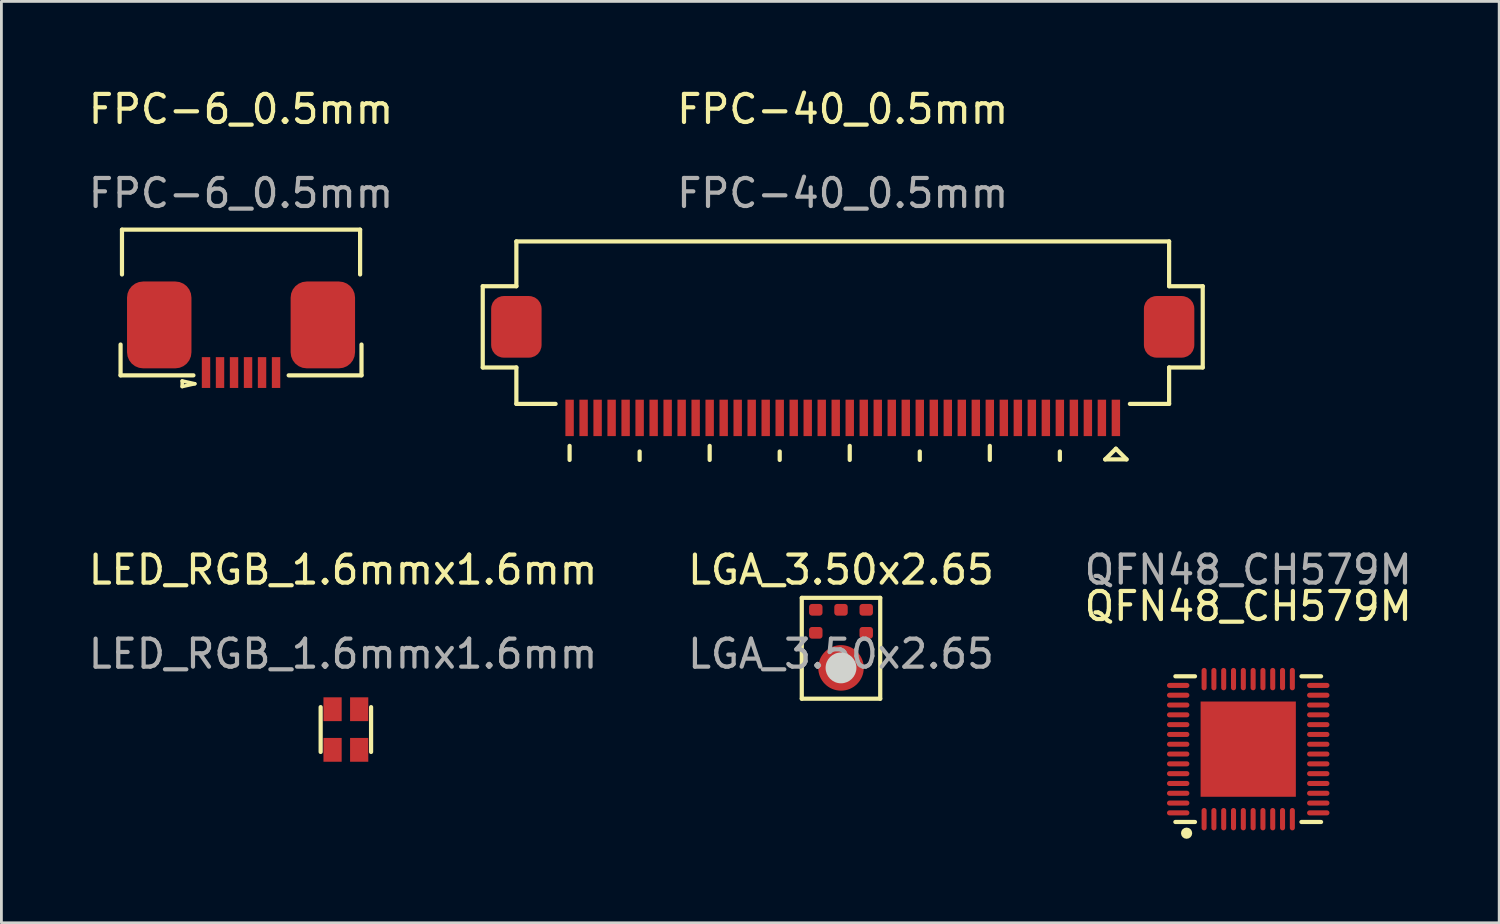
<source format=kicad_pcb>
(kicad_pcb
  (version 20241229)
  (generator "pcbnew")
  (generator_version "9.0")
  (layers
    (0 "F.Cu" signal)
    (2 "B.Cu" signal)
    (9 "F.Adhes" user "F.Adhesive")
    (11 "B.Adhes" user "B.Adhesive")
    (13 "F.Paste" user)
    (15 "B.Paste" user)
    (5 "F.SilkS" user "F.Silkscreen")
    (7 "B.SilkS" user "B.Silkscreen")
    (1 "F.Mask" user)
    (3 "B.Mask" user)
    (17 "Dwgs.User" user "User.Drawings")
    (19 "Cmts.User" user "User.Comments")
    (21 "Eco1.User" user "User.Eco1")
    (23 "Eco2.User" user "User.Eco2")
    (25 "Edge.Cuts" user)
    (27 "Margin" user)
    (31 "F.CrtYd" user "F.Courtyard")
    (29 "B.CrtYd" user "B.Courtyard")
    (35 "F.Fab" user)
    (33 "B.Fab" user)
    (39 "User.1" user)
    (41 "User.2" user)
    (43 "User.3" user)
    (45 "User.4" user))
  (footprint "LGA_3.50x2.65"
    (layer "F.Cu")
    (at 26.97 20.791)
    (property "Reference" "LGA_3.50x2.65" (at 0 -3.5 0) (unlocked yes) (layer "F.SilkS") (effects (font (size 1 1) (thickness 0.15))))
    (attr smd)
    (fp_line (start -1.4 -2.5) (end -1.4 1.1) (stroke (width 0.15) (type solid)) (layer "F.SilkS"))
    (fp_line (start -1.4 1.1) (end 1.4 1.1) (stroke (width 0.15) (type solid)) (layer "F.SilkS"))
    (fp_line (start 1.4 -2.5) (end -1.4 -2.5) (stroke (width 0.15) (type solid)) (layer "F.SilkS"))
    (fp_line (start 1.4 1.1) (end 1.4 -2.5) (stroke (width 0.15) (type solid)) (layer "F.SilkS"))
    (fp_circle (center 0 0) (end 0.5 0) (stroke (width 0.1) (type solid)) (fill yes) (layer "Edge.Cuts"))
    (fp_text user "${REFERENCE}" (at 0 -0.5 0) (unlocked yes) (layer "F.Fab") (effects (font (size 1 1) (thickness 0.15))))
    (pad "1" smd roundrect (at 0.9 -2.074) (size 0.48 0.418) (layers "F.Cu" "F.Mask" "F.Paste") (roundrect_rratio 0.25))
    (pad "2" smd roundrect (at 0.9 -1.252) (size 0.48 0.418) (layers "F.Cu" "F.Mask" "F.Paste") (roundrect_rratio 0.25))
    (pad "3" smd circle (at 0 0) (size 1.625 1.625) (layers "F.Cu" "F.Mask" "F.Paste"))
    (pad "4" smd roundrect (at -0.9 -1.252) (size 0.48 0.418) (layers "F.Cu" "F.Mask" "F.Paste") (roundrect_rratio 0.25))
    (pad "5" smd roundrect (at -0.9 -2.074) (size 0.48 0.418) (layers "F.Cu" "F.Mask" "F.Paste") (roundrect_rratio 0.25))
    (pad "6" smd roundrect (at 0 -2.074) (size 0.48 0.418) (layers "F.Cu" "F.Mask" "F.Paste") (roundrect_rratio 0.25))
    (zone (net_name "") (layer "F.Mask") (hatch edge 0.508) (connect_pads) (min_thickness 0.254) (filled_areas_thickness no) (keepout (tracks not_allowed) (vias not_allowed) (pads not_allowed) (copperpour not_allowed) (footprints not_allowed)) (placement (enabled no)) (fill) (polygon (pts (xy 27.27 21.09) (xy 26.67 21.09) (xy 26.67 20.491) (xy 27.27 20.491))))
    (zone (net_name "") (layer "F.Mask") (hatch edge 0.508) (connect_pads) (min_thickness 0.254) (filled_areas_thickness no) (fill) (polygon (pts (xy 27.51 20.791) (xy 27.491 20.651) (xy 27.438 20.521) (xy 27.352 20.409) (xy 27.24 20.323) (xy 27.11 20.269) (xy 26.97 20.251) (xy 26.831 20.269) (xy 26.7 20.323) (xy 26.589 20.409) (xy 26.503 20.521) (xy 26.449 20.651) (xy 26.431 20.791) (xy 26.449 20.93) (xy 26.503 21.06) (xy 26.589 21.172) (xy 26.7 21.258) (xy 26.831 21.312) (xy 26.97 21.33) (xy 27.11 21.312) (xy 27.24 21.258) (xy 27.352 21.172) (xy 27.438 21.06) (xy 27.491 20.93))))
    (zone (net_name "") (layer "F.Mask") (hatch full 0.508) (connect_pads) (min_thickness 0.254) (filled_areas_thickness no) (fill) (polygon (pts (xy 27.51 20.791) (xy 27.491 20.651) (xy 27.438 20.521) (xy 27.352 20.409) (xy 27.24 20.323) (xy 27.11 20.269) (xy 26.97 20.251) (xy 26.831 20.269) (xy 26.7 20.323) (xy 26.589 20.409) (xy 26.503 20.521) (xy 26.449 20.651) (xy 26.431 20.791) (xy 26.449 20.93) (xy 26.503 21.06) (xy 26.589 21.172) (xy 26.7 21.258) (xy 26.831 21.312) (xy 26.97 21.33) (xy 27.11 21.312) (xy 27.24 21.258) (xy 27.352 21.172) (xy 27.438 21.06) (xy 27.491 20.93)))))
  (footprint "FPC-6_0.5mm"
    (layer "F.Cu")
    (at 5.554 1.348)
    (property "Reference" "FPC-6_0.5mm" (at 0 -0.5 0) (unlocked yes) (layer "F.SilkS") (effects (font (size 1 1) (thickness 0.15))))
    (attr smd)
    (fp_line (start -4.3 9) (end -4.3 7.9) (stroke (width 0.15) (type solid)) (layer "F.SilkS"))
    (fp_line (start -4.3 9) (end -1.7 9) (stroke (width 0.15) (type solid)) (layer "F.SilkS"))
    (fp_line (start -4.25 3.8) (end 4.25 3.8) (stroke (width 0.15) (type solid)) (layer "F.SilkS"))
    (fp_line (start -4.25 5.4) (end -4.25 3.8) (stroke (width 0.15) (type solid)) (layer "F.SilkS"))
    (fp_line (start -2.1 9.2) (end -1.65 9.3) (stroke (width 0.127) (type solid)) (layer "F.SilkS"))
    (fp_line (start -2.1 9.4) (end -2.1 9.2) (stroke (width 0.127) (type solid)) (layer "F.SilkS"))
    (fp_line (start -2.1 9.4) (end -1.65 9.3) (stroke (width 0.127) (type solid)) (layer "F.SilkS"))
    (fp_line (start 1.7 9) (end 4.3 9) (stroke (width 0.15) (type solid)) (layer "F.SilkS"))
    (fp_line (start 4.25 5.4) (end 4.25 3.8) (stroke (width 0.15) (type solid)) (layer "F.SilkS"))
    (fp_line (start 4.3 9) (end 4.3 7.9) (stroke (width 0.15) (type solid)) (layer "F.SilkS"))
    (fp_text user "${REFERENCE}" (at 0 2.5 0) (unlocked yes) (layer "F.Fab") (effects (font (size 1 1) (thickness 0.15))))
    (pad "1" smd rect (at -1.25 8.9 90) (size 1.1 0.3) (layers "F.Cu" "F.Mask" "F.Paste"))
    (pad "2" smd rect (at -0.75 8.9 90) (size 1.1 0.3) (layers "F.Cu" "F.Mask" "F.Paste"))
    (pad "3" smd rect (at -0.25 8.9 90) (size 1.1 0.3) (layers "F.Cu" "F.Mask" "F.Paste"))
    (pad "4" smd rect (at 0.25 8.9 90) (size 1.1 0.3) (layers "F.Cu" "F.Mask" "F.Paste"))
    (pad "5" smd rect (at 0.75 8.9 90) (size 1.1 0.3) (layers "F.Cu" "F.Mask" "F.Paste"))
    (pad "6" smd rect (at 1.25 8.9 90) (size 1.1 0.3) (layers "F.Cu" "F.Mask" "F.Paste"))
    (pad "7" smd roundrect (at -2.92 7.2) (size 2.3 3.1) (layers "F.Cu" "F.Mask" "F.Paste") (roundrect_rratio 0.25))
    (pad "8" smd roundrect (at 2.92 7.2) (size 2.3 3.1) (layers "F.Cu" "F.Mask" "F.Paste") (roundrect_rratio 0.25)))
  (footprint "LED_RGB_1.6mmx1.6mm"
    (layer "F.Cu")
    (at 9.196 17.791)
    (property "Reference" "LED_RGB_1.6mmx1.6mm" (at 0 -0.5 0) (unlocked yes) (layer "F.SilkS") (effects (font (size 1 1) (thickness 0.15))))
    (attr smd)
    (fp_line (start -0.8 6) (end -0.8 4.4) (stroke (width 0.15) (type solid)) (layer "F.SilkS"))
    (fp_line (start 1 6) (end 1 4.4) (stroke (width 0.15) (type solid)) (layer "F.SilkS"))
    (fp_text user "${REFERENCE}" (at 0 2.5 0) (unlocked yes) (layer "F.Fab") (effects (font (size 1 1) (thickness 0.15))))
    (pad "1" smd rect (at -0.375 4.475) (size 0.65 0.85) (layers "F.Cu" "F.Mask" "F.Paste"))
    (pad "2" smd rect (at 0.575 4.475) (size 0.65 0.85) (layers "F.Cu" "F.Mask" "F.Paste"))
    (pad "3" smd rect (at 0.575 5.925) (size 0.65 0.85) (layers "F.Cu" "F.Mask" "F.Paste"))
    (pad "4" smd rect (at -0.375 5.925) (size 0.65 0.85) (layers "F.Cu" "F.Mask" "F.Paste")))
  (footprint "FPC-40_0.5mm"
    (layer "F.Cu")
    (at 27.032 1.348)
    (property "Reference" "FPC-40_0.5mm" (at 0 -0.5 0) (unlocked yes) (layer "F.SilkS") (effects (font (size 1 1) (thickness 0.15))))
    (attr smd)
    (fp_line (start -12.85 5.819) (end -11.65 5.819) (stroke (width 0.15) (type solid)) (layer "F.SilkS"))
    (fp_line (start -12.85 8.719) (end -12.85 5.819) (stroke (width 0.15) (type solid)) (layer "F.SilkS"))
    (fp_line (start -12.85 8.719) (end -11.65 8.719) (stroke (width 0.15) (type solid)) (layer "F.SilkS"))
    (fp_line (start -11.65 4.219) (end 11.65 4.219) (stroke (width 0.15) (type solid)) (layer "F.SilkS"))
    (fp_line (start -11.65 5.819) (end -11.65 4.219) (stroke (width 0.15) (type solid)) (layer "F.SilkS"))
    (fp_line (start -11.65 10.019) (end -11.65 8.719) (stroke (width 0.15) (type solid)) (layer "F.SilkS"))
    (fp_line (start -11.65 10.019) (end -10.25 10.019) (stroke (width 0.15) (type solid)) (layer "F.SilkS"))
    (fp_line (start -9.75 12.019) (end -9.75 11.519) (stroke (width 0.15) (type solid)) (layer "F.SilkS"))
    (fp_line (start -7.25 12.019) (end -7.25 11.719) (stroke (width 0.15) (type solid)) (layer "F.SilkS"))
    (fp_line (start -4.75 12.019) (end -4.75 11.519) (stroke (width 0.15) (type solid)) (layer "F.SilkS"))
    (fp_line (start -2.25 12.019) (end -2.25 11.719) (stroke (width 0.15) (type solid)) (layer "F.SilkS"))
    (fp_line (start 0.25 12.019) (end 0.25 11.519) (stroke (width 0.15) (type solid)) (layer "F.SilkS"))
    (fp_line (start 2.75 12.019) (end 2.75 11.719) (stroke (width 0.15) (type solid)) (layer "F.SilkS"))
    (fp_line (start 5.25 12.019) (end 5.25 11.519) (stroke (width 0.15) (type solid)) (layer "F.SilkS"))
    (fp_line (start 7.75 12.019) (end 7.75 11.719) (stroke (width 0.15) (type solid)) (layer "F.SilkS"))
    (fp_line (start 9.369 12) (end 9.75 11.619) (stroke (width 0.15) (type solid)) (layer "F.SilkS"))
    (fp_line (start 9.369 12) (end 10.131 12) (stroke (width 0.15) (type solid)) (layer "F.SilkS"))
    (fp_line (start 9.75 11.619) (end 10.131 12) (stroke (width 0.15) (type solid)) (layer "F.SilkS"))
    (fp_line (start 10.25 10.019) (end 11.65 10.019) (stroke (width 0.15) (type solid)) (layer "F.SilkS"))
    (fp_line (start 11.65 5.819) (end 11.65 4.219) (stroke (width 0.15) (type solid)) (layer "F.SilkS"))
    (fp_line (start 11.65 5.819) (end 12.85 5.819) (stroke (width 0.15) (type solid)) (layer "F.SilkS"))
    (fp_line (start 11.65 8.719) (end 12.85 8.719) (stroke (width 0.15) (type solid)) (layer "F.SilkS"))
    (fp_line (start 11.65 10.019) (end 11.65 8.719) (stroke (width 0.15) (type solid)) (layer "F.SilkS"))
    (fp_line (start 12.85 8.719) (end 12.85 5.819) (stroke (width 0.15) (type solid)) (layer "F.SilkS"))
    (fp_text user "${REFERENCE}" (at 0 2.5 0) (unlocked yes) (layer "F.Fab") (effects (font (size 1 1) (thickness 0.15))))
    (pad "0" smd roundrect (at -11.65 7.269 180) (size 1.8 2.2) (layers "F.Cu" "F.Mask" "F.Paste") (roundrect_rratio 0.25))
    (pad "0" smd roundrect (at 11.65 7.269 180) (size 1.8 2.2) (layers "F.Cu" "F.Mask" "F.Paste") (roundrect_rratio 0.25))
    (pad "1" smd rect (at 9.75 10.519 90) (size 1.3 0.3) (layers "F.Cu" "F.Mask" "F.Paste"))
    (pad "2" smd rect (at 9.25 10.519 90) (size 1.3 0.3) (layers "F.Cu" "F.Mask" "F.Paste"))
    (pad "3" smd rect (at 8.75 10.519 90) (size 1.3 0.3) (layers "F.Cu" "F.Mask" "F.Paste"))
    (pad "4" smd rect (at 8.25 10.519 90) (size 1.3 0.3) (layers "F.Cu" "F.Mask" "F.Paste"))
    (pad "5" smd rect (at 7.75 10.519 90) (size 1.3 0.3) (layers "F.Cu" "F.Mask" "F.Paste"))
    (pad "6" smd rect (at 7.25 10.519 90) (size 1.3 0.3) (layers "F.Cu" "F.Mask" "F.Paste"))
    (pad "7" smd rect (at 6.75 10.519 90) (size 1.3 0.3) (layers "F.Cu" "F.Mask" "F.Paste"))
    (pad "8" smd rect (at 6.25 10.519 90) (size 1.3 0.3) (layers "F.Cu" "F.Mask" "F.Paste"))
    (pad "9" smd rect (at 5.75 10.519 90) (size 1.3 0.3) (layers "F.Cu" "F.Mask" "F.Paste"))
    (pad "10" smd rect (at 5.25 10.519 90) (size 1.3 0.3) (layers "F.Cu" "F.Mask" "F.Paste"))
    (pad "11" smd rect (at 4.75 10.519 90) (size 1.3 0.3) (layers "F.Cu" "F.Mask" "F.Paste"))
    (pad "12" smd rect (at 4.25 10.519 90) (size 1.3 0.3) (layers "F.Cu" "F.Mask" "F.Paste"))
    (pad "13" smd rect (at 3.75 10.519 90) (size 1.3 0.3) (layers "F.Cu" "F.Mask" "F.Paste"))
    (pad "14" smd rect (at 3.25 10.519 90) (size 1.3 0.3) (layers "F.Cu" "F.Mask" "F.Paste"))
    (pad "15" smd rect (at 2.75 10.519 90) (size 1.3 0.3) (layers "F.Cu" "F.Mask" "F.Paste"))
    (pad "16" smd rect (at 2.25 10.519 90) (size 1.3 0.3) (layers "F.Cu" "F.Mask" "F.Paste"))
    (pad "17" smd rect (at 1.75 10.519 90) (size 1.3 0.3) (layers "F.Cu" "F.Mask" "F.Paste"))
    (pad "18" smd rect (at 1.25 10.519 90) (size 1.3 0.3) (layers "F.Cu" "F.Mask" "F.Paste"))
    (pad "19" smd rect (at 0.75 10.519 90) (size 1.3 0.3) (layers "F.Cu" "F.Mask" "F.Paste"))
    (pad "20" smd rect (at 0.25 10.519 90) (size 1.3 0.3) (layers "F.Cu" "F.Mask" "F.Paste"))
    (pad "21" smd rect (at -0.25 10.519 90) (size 1.3 0.3) (layers "F.Cu" "F.Mask" "F.Paste"))
    (pad "22" smd rect (at -0.75 10.519 90) (size 1.3 0.3) (layers "F.Cu" "F.Mask" "F.Paste"))
    (pad "23" smd rect (at -1.25 10.519 90) (size 1.3 0.3) (layers "F.Cu" "F.Mask" "F.Paste"))
    (pad "24" smd rect (at -1.75 10.519 90) (size 1.3 0.3) (layers "F.Cu" "F.Mask" "F.Paste"))
    (pad "25" smd rect (at -2.25 10.519 90) (size 1.3 0.3) (layers "F.Cu" "F.Mask" "F.Paste"))
    (pad "26" smd rect (at -2.75 10.519 90) (size 1.3 0.3) (layers "F.Cu" "F.Mask" "F.Paste"))
    (pad "27" smd rect (at -3.25 10.519 90) (size 1.3 0.3) (layers "F.Cu" "F.Mask" "F.Paste"))
    (pad "28" smd rect (at -3.75 10.519 90) (size 1.3 0.3) (layers "F.Cu" "F.Mask" "F.Paste"))
    (pad "29" smd rect (at -4.25 10.519 90) (size 1.3 0.3) (layers "F.Cu" "F.Mask" "F.Paste"))
    (pad "30" smd rect (at -4.75 10.519 90) (size 1.3 0.3) (layers "F.Cu" "F.Mask" "F.Paste"))
    (pad "31" smd rect (at -5.25 10.519 90) (size 1.3 0.3) (layers "F.Cu" "F.Mask" "F.Paste"))
    (pad "32" smd rect (at -5.75 10.519 90) (size 1.3 0.3) (layers "F.Cu" "F.Mask" "F.Paste"))
    (pad "33" smd rect (at -6.25 10.519 90) (size 1.3 0.3) (layers "F.Cu" "F.Mask" "F.Paste"))
    (pad "34" smd rect (at -6.75 10.519 90) (size 1.3 0.3) (layers "F.Cu" "F.Mask" "F.Paste"))
    (pad "35" smd rect (at -7.25 10.519 90) (size 1.3 0.3) (layers "F.Cu" "F.Mask" "F.Paste"))
    (pad "36" smd rect (at -7.75 10.519 90) (size 1.3 0.3) (layers "F.Cu" "F.Mask" "F.Paste"))
    (pad "37" smd rect (at -8.25 10.519 90) (size 1.3 0.3) (layers "F.Cu" "F.Mask" "F.Paste"))
    (pad "38" smd rect (at -8.75 10.519 90) (size 1.3 0.3) (layers "F.Cu" "F.Mask" "F.Paste"))
    (pad "39" smd rect (at -9.25 10.519 90) (size 1.3 0.3) (layers "F.Cu" "F.Mask" "F.Paste"))
    (pad "40" smd rect (at -9.75 10.519 90) (size 1.3 0.3) (layers "F.Cu" "F.Mask" "F.Paste")))
  (footprint "QFN48_CH579M"
    (layer "F.Cu")
    (at 41.506 23.691)
    (property "Reference" "QFN48_CH579M" (at 0 -5.1 0) (unlocked yes) (layer "F.SilkS") (effects (font (size 1 1) (thickness 0.15))))
    (attr smd)
    (fp_line (start -2.6 -2.6) (end -1.9 -2.6) (stroke (width 0.15) (type solid)) (layer "F.SilkS"))
    (fp_line (start -2.6 2.6) (end -1.9 2.6) (stroke (width 0.15) (type solid)) (layer "F.SilkS"))
    (fp_line (start 1.9 -2.6) (end 2.6 -2.6) (stroke (width 0.15) (type solid)) (layer "F.SilkS"))
    (fp_line (start 1.9 2.6) (end 2.6 2.6) (stroke (width 0.15) (type solid)) (layer "F.SilkS"))
    (fp_circle (center -2.2 3) (end -2.2 2.9) (stroke (width 0.2) (type solid)) (fill no) (layer "F.SilkS"))
    (fp_text user "${REFERENCE}" (at 0 -6.4 0) (unlocked yes) (layer "F.Fab") (effects (font (size 1 1) (thickness 0.15))))
    (pad "0" smd rect (at 0 0) (size 3.4 3.4) (layers "F.Cu" "F.Mask" "F.Paste"))
    (pad "1" smd oval (at -1.575 2.5 270) (size 0.8 0.18) (layers "F.Cu" "F.Mask" "F.Paste"))
    (pad "2" smd oval (at -1.225 2.5 270) (size 0.8 0.18) (layers "F.Cu" "F.Mask" "F.Paste"))
    (pad "3" smd oval (at -0.875 2.5 270) (size 0.8 0.18) (layers "F.Cu" "F.Mask" "F.Paste"))
    (pad "4" smd oval (at -0.525 2.5 270) (size 0.8 0.18) (layers "F.Cu" "F.Mask" "F.Paste"))
    (pad "5" smd oval (at -0.175 2.5 270) (size 0.8 0.18) (layers "F.Cu" "F.Mask" "F.Paste"))
    (pad "6" smd oval (at 0.175 2.5 270) (size 0.8 0.18) (layers "F.Cu" "F.Mask" "F.Paste"))
    (pad "7" smd oval (at 0.525 2.5 270) (size 0.8 0.18) (layers "F.Cu" "F.Mask" "F.Paste"))
    (pad "8" smd oval (at 0.875 2.5 270) (size 0.8 0.18) (layers "F.Cu" "F.Mask" "F.Paste"))
    (pad "9" smd oval (at 1.225 2.5 270) (size 0.8 0.18) (layers "F.Cu" "F.Mask" "F.Paste"))
    (pad "10" smd oval (at 1.575 2.5 270) (size 0.8 0.18) (layers "F.Cu" "F.Mask" "F.Paste"))
    (pad "11" smd oval (at 2.5 2.275 90) (size 0.18 0.8) (layers "F.Cu" "F.Mask" "F.Paste"))
    (pad "12" smd oval (at 2.5 1.925 90) (size 0.18 0.8) (layers "F.Cu" "F.Mask" "F.Paste"))
    (pad "13" smd oval (at 2.5 1.575 90) (size 0.18 0.8) (layers "F.Cu" "F.Mask" "F.Paste"))
    (pad "14" smd oval (at 2.5 1.225 90) (size 0.18 0.8) (layers "F.Cu" "F.Mask" "F.Paste"))
    (pad "15" smd oval (at 2.5 0.875 90) (size 0.18 0.8) (layers "F.Cu" "F.Mask" "F.Paste"))
    (pad "16" smd oval (at 2.5 0.525 90) (size 0.18 0.8) (layers "F.Cu" "F.Mask" "F.Paste"))
    (pad "17" smd oval (at 2.5 0.175 90) (size 0.18 0.8) (layers "F.Cu" "F.Mask" "F.Paste"))
    (pad "18" smd oval (at 2.5 -0.175 90) (size 0.18 0.8) (layers "F.Cu" "F.Mask" "F.Paste"))
    (pad "19" smd oval (at 2.5 -0.525 90) (size 0.18 0.8) (layers "F.Cu" "F.Mask" "F.Paste"))
    (pad "20" smd oval (at 2.5 -0.875 90) (size 0.18 0.8) (layers "F.Cu" "F.Mask" "F.Paste"))
    (pad "21" smd oval (at 2.5 -1.225 90) (size 0.18 0.8) (layers "F.Cu" "F.Mask" "F.Paste"))
    (pad "22" smd oval (at 2.5 -1.575 90) (size 0.18 0.8) (layers "F.Cu" "F.Mask" "F.Paste"))
    (pad "23" smd oval (at 2.5 -1.925 90) (size 0.18 0.8) (layers "F.Cu" "F.Mask" "F.Paste"))
    (pad "24" smd oval (at 2.5 -2.275 90) (size 0.18 0.8) (layers "F.Cu" "F.Mask" "F.Paste"))
    (pad "25" smd oval (at 1.575 -2.5 270) (size 0.8 0.18) (layers "F.Cu" "F.Mask" "F.Paste"))
    (pad "26" smd oval (at 1.225 -2.5 270) (size 0.8 0.18) (layers "F.Cu" "F.Mask" "F.Paste"))
    (pad "27" smd oval (at 0.875 -2.5 270) (size 0.8 0.18) (layers "F.Cu" "F.Mask" "F.Paste"))
    (pad "28" smd oval (at 0.525 -2.5 270) (size 0.8 0.18) (layers "F.Cu" "F.Mask" "F.Paste"))
    (pad "29" smd oval (at 0.175 -2.5 270) (size 0.8 0.18) (layers "F.Cu" "F.Mask" "F.Paste"))
    (pad "30" smd oval (at -0.175 -2.5 270) (size 0.8 0.18) (layers "F.Cu" "F.Mask" "F.Paste"))
    (pad "31" smd oval (at -0.525 -2.5 270) (size 0.8 0.18) (layers "F.Cu" "F.Mask" "F.Paste"))
    (pad "32" smd oval (at -0.875 -2.5 270) (size 0.8 0.18) (layers "F.Cu" "F.Mask" "F.Paste"))
    (pad "33" smd oval (at -1.225 -2.5 270) (size 0.8 0.18) (layers "F.Cu" "F.Mask" "F.Paste"))
    (pad "34" smd oval (at -1.575 -2.5 270) (size 0.8 0.18) (layers "F.Cu" "F.Mask" "F.Paste"))
    (pad "35" smd oval (at -2.5 -2.275 270) (size 0.18 0.8) (layers "F.Cu" "F.Mask" "F.Paste"))
    (pad "36" smd oval (at -2.5 -1.925 270) (size 0.18 0.8) (layers "F.Cu" "F.Mask" "F.Paste"))
    (pad "37" smd oval (at -2.5 -1.575 270) (size 0.18 0.8) (layers "F.Cu" "F.Mask" "F.Paste"))
    (pad "38" smd oval (at -2.5 -1.225 270) (size 0.18 0.8) (layers "F.Cu" "F.Mask" "F.Paste"))
    (pad "39" smd oval (at -2.5 -0.875 270) (size 0.18 0.8) (layers "F.Cu" "F.Mask" "F.Paste"))
    (pad "40" smd oval (at -2.5 -0.525 270) (size 0.18 0.8) (layers "F.Cu" "F.Mask" "F.Paste"))
    (pad "41" smd oval (at -2.5 -0.175 270) (size 0.18 0.8) (layers "F.Cu" "F.Mask" "F.Paste"))
    (pad "42" smd oval (at -2.5 0.175 270) (size 0.18 0.8) (layers "F.Cu" "F.Mask" "F.Paste"))
    (pad "43" smd oval (at -2.5 0.525 270) (size 0.18 0.8) (layers "F.Cu" "F.Mask" "F.Paste"))
    (pad "44" smd oval (at -2.5 0.875 270) (size 0.18 0.8) (layers "F.Cu" "F.Mask" "F.Paste"))
    (pad "45" smd oval (at -2.5 1.225 270) (size 0.18 0.8) (layers "F.Cu" "F.Mask" "F.Paste"))
    (pad "46" smd oval (at -2.5 1.575 270) (size 0.18 0.8) (layers "F.Cu" "F.Mask" "F.Paste"))
    (pad "47" smd oval (at -2.5 1.925 270) (size 0.18 0.8) (layers "F.Cu" "F.Mask" "F.Paste"))
    (pad "48" smd oval (at -2.5 2.275 270) (size 0.18 0.8) (layers "F.Cu" "F.Mask" "F.Paste")))
  (gr_rect
    (start -3 -3)
    (end 50.464 29.89)
    (stroke (width 0.1) (type default))
    (fill no)
    (layer "Edge.Cuts")))
</source>
